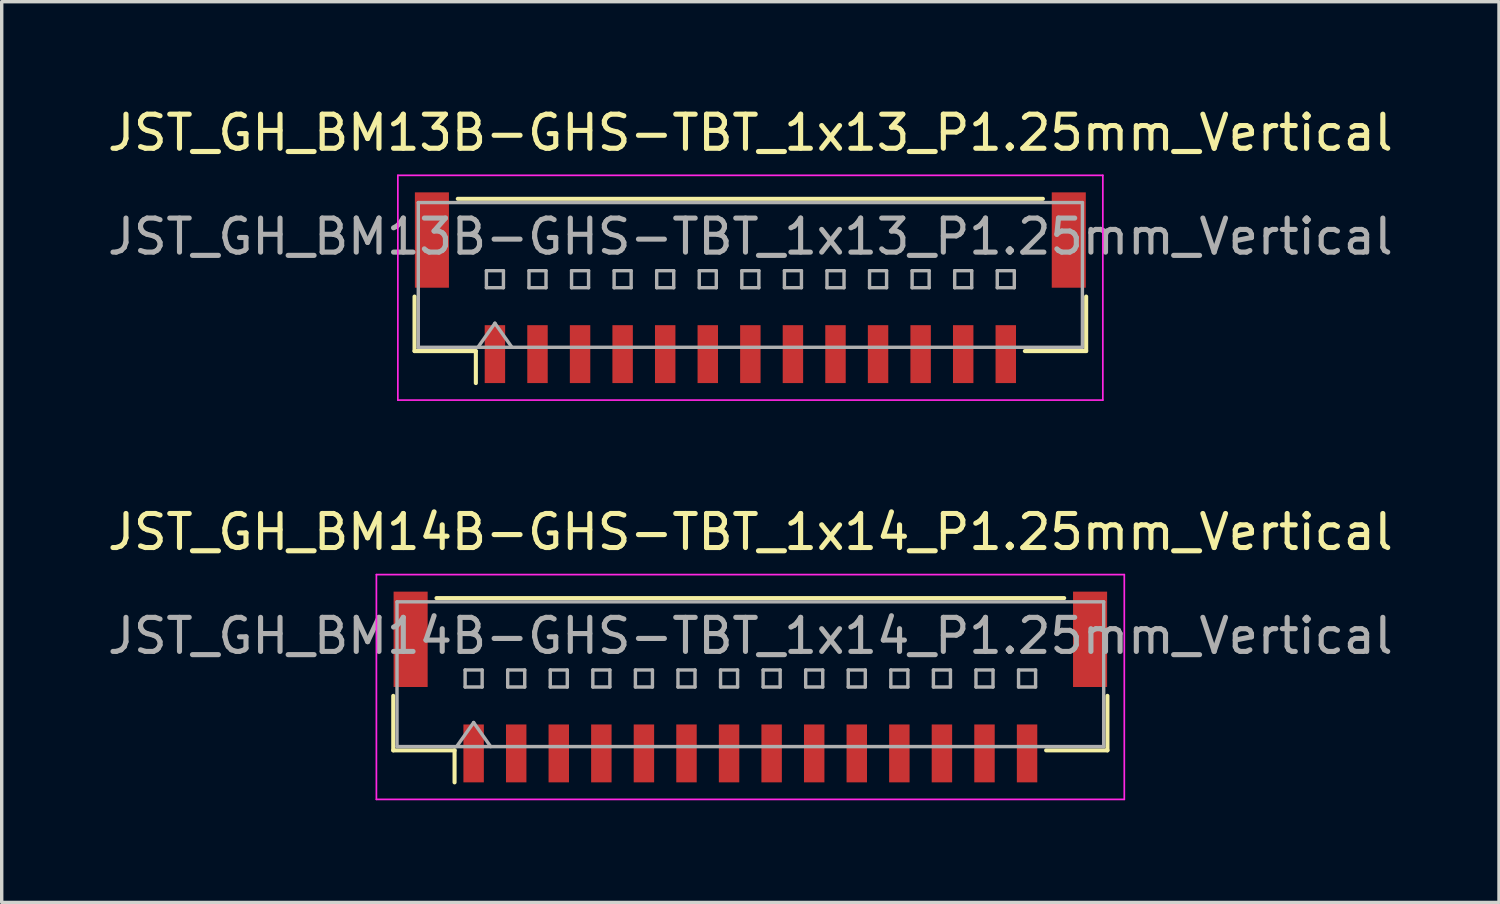
<source format=kicad_pcb>
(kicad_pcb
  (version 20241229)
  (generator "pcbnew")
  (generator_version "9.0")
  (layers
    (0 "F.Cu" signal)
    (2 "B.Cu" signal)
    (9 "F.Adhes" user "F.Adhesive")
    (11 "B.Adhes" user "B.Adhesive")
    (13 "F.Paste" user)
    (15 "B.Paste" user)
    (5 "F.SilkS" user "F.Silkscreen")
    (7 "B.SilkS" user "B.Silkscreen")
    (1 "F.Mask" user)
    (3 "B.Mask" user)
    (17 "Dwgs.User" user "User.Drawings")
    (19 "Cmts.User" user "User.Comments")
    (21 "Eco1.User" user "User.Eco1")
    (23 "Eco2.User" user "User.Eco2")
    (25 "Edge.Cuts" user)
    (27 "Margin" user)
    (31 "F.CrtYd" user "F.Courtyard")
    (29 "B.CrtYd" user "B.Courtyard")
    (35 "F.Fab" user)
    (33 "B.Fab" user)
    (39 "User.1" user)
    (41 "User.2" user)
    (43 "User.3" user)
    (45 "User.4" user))
  (footprint "JST_GH_BM14B-GHS-TBT_1x14_P1.25mm_Vertical"
    (layer "F.Cu")
    (at 18.982 17.122)
    (property "Reference" "JST_GH_BM14B-GHS-TBT_1x14_P1.25mm_Vertical" (at 0 -4.55 0) (layer "F.SilkS") (effects (font (size 1 1) (thickness 0.15))))
    (attr smd)
    (fp_line (start -10.485 0.26) (end -10.485 1.86) (stroke (width 0.12) (type solid)) (layer "F.SilkS"))
    (fp_line (start -10.485 1.86) (end -8.685 1.86) (stroke (width 0.12) (type solid)) (layer "F.SilkS"))
    (fp_line (start -9.215 -2.61) (end 9.215 -2.61) (stroke (width 0.12) (type solid)) (layer "F.SilkS"))
    (fp_line (start -8.685 1.86) (end -8.685 2.8) (stroke (width 0.12) (type solid)) (layer "F.SilkS"))
    (fp_line (start 10.485 0.26) (end 10.485 1.86) (stroke (width 0.12) (type solid)) (layer "F.SilkS"))
    (fp_line (start 10.485 1.86) (end 8.685 1.86) (stroke (width 0.12) (type solid)) (layer "F.SilkS"))
    (fp_line (start -10.98 -3.3) (end -10.98 3.3) (stroke (width 0.05) (type solid)) (layer "F.CrtYd"))
    (fp_line (start -10.98 3.3) (end 10.98 3.3) (stroke (width 0.05) (type solid)) (layer "F.CrtYd"))
    (fp_line (start 10.98 -3.3) (end -10.98 -3.3) (stroke (width 0.05) (type solid)) (layer "F.CrtYd"))
    (fp_line (start 10.98 3.3) (end 10.98 -3.3) (stroke (width 0.05) (type solid)) (layer "F.CrtYd"))
    (fp_line (start -10.375 -2.5) (end 10.375 -2.5) (stroke (width 0.1) (type solid)) (layer "F.Fab"))
    (fp_line (start -10.375 1.75) (end -10.375 -2.5) (stroke (width 0.1) (type solid)) (layer "F.Fab"))
    (fp_line (start -10.375 1.75) (end 10.375 1.75) (stroke (width 0.1) (type solid)) (layer "F.Fab"))
    (fp_line (start -8.625 1.75) (end -8.125 1.043) (stroke (width 0.1) (type solid)) (layer "F.Fab"))
    (fp_line (start -8.375 -0.5) (end -8.375 0) (stroke (width 0.1) (type solid)) (layer "F.Fab"))
    (fp_line (start -8.375 0) (end -7.875 0) (stroke (width 0.1) (type solid)) (layer "F.Fab"))
    (fp_line (start -8.125 1.043) (end -7.625 1.75) (stroke (width 0.1) (type solid)) (layer "F.Fab"))
    (fp_line (start -7.875 -0.5) (end -8.375 -0.5) (stroke (width 0.1) (type solid)) (layer "F.Fab"))
    (fp_line (start -7.875 0) (end -7.875 -0.5) (stroke (width 0.1) (type solid)) (layer "F.Fab"))
    (fp_line (start -7.125 -0.5) (end -7.125 0) (stroke (width 0.1) (type solid)) (layer "F.Fab"))
    (fp_line (start -7.125 0) (end -6.625 0) (stroke (width 0.1) (type solid)) (layer "F.Fab"))
    (fp_line (start -6.625 -0.5) (end -7.125 -0.5) (stroke (width 0.1) (type solid)) (layer "F.Fab"))
    (fp_line (start -6.625 0) (end -6.625 -0.5) (stroke (width 0.1) (type solid)) (layer "F.Fab"))
    (fp_line (start -5.875 -0.5) (end -5.875 0) (stroke (width 0.1) (type solid)) (layer "F.Fab"))
    (fp_line (start -5.875 0) (end -5.375 0) (stroke (width 0.1) (type solid)) (layer "F.Fab"))
    (fp_line (start -5.375 -0.5) (end -5.875 -0.5) (stroke (width 0.1) (type solid)) (layer "F.Fab"))
    (fp_line (start -5.375 0) (end -5.375 -0.5) (stroke (width 0.1) (type solid)) (layer "F.Fab"))
    (fp_line (start -4.625 -0.5) (end -4.625 0) (stroke (width 0.1) (type solid)) (layer "F.Fab"))
    (fp_line (start -4.625 0) (end -4.125 0) (stroke (width 0.1) (type solid)) (layer "F.Fab"))
    (fp_line (start -4.125 -0.5) (end -4.625 -0.5) (stroke (width 0.1) (type solid)) (layer "F.Fab"))
    (fp_line (start -4.125 0) (end -4.125 -0.5) (stroke (width 0.1) (type solid)) (layer "F.Fab"))
    (fp_line (start -3.375 -0.5) (end -3.375 0) (stroke (width 0.1) (type solid)) (layer "F.Fab"))
    (fp_line (start -3.375 0) (end -2.875 0) (stroke (width 0.1) (type solid)) (layer "F.Fab"))
    (fp_line (start -2.875 -0.5) (end -3.375 -0.5) (stroke (width 0.1) (type solid)) (layer "F.Fab"))
    (fp_line (start -2.875 0) (end -2.875 -0.5) (stroke (width 0.1) (type solid)) (layer "F.Fab"))
    (fp_line (start -2.125 -0.5) (end -2.125 0) (stroke (width 0.1) (type solid)) (layer "F.Fab"))
    (fp_line (start -2.125 0) (end -1.625 0) (stroke (width 0.1) (type solid)) (layer "F.Fab"))
    (fp_line (start -1.625 -0.5) (end -2.125 -0.5) (stroke (width 0.1) (type solid)) (layer "F.Fab"))
    (fp_line (start -1.625 0) (end -1.625 -0.5) (stroke (width 0.1) (type solid)) (layer "F.Fab"))
    (fp_line (start -0.875 -0.5) (end -0.875 0) (stroke (width 0.1) (type solid)) (layer "F.Fab"))
    (fp_line (start -0.875 0) (end -0.375 0) (stroke (width 0.1) (type solid)) (layer "F.Fab"))
    (fp_line (start -0.375 -0.5) (end -0.875 -0.5) (stroke (width 0.1) (type solid)) (layer "F.Fab"))
    (fp_line (start -0.375 0) (end -0.375 -0.5) (stroke (width 0.1) (type solid)) (layer "F.Fab"))
    (fp_line (start 0.375 -0.5) (end 0.375 0) (stroke (width 0.1) (type solid)) (layer "F.Fab"))
    (fp_line (start 0.375 0) (end 0.875 0) (stroke (width 0.1) (type solid)) (layer "F.Fab"))
    (fp_line (start 0.875 -0.5) (end 0.375 -0.5) (stroke (width 0.1) (type solid)) (layer "F.Fab"))
    (fp_line (start 0.875 0) (end 0.875 -0.5) (stroke (width 0.1) (type solid)) (layer "F.Fab"))
    (fp_line (start 1.625 -0.5) (end 1.625 0) (stroke (width 0.1) (type solid)) (layer "F.Fab"))
    (fp_line (start 1.625 0) (end 2.125 0) (stroke (width 0.1) (type solid)) (layer "F.Fab"))
    (fp_line (start 2.125 -0.5) (end 1.625 -0.5) (stroke (width 0.1) (type solid)) (layer "F.Fab"))
    (fp_line (start 2.125 0) (end 2.125 -0.5) (stroke (width 0.1) (type solid)) (layer "F.Fab"))
    (fp_line (start 2.875 -0.5) (end 2.875 0) (stroke (width 0.1) (type solid)) (layer "F.Fab"))
    (fp_line (start 2.875 0) (end 3.375 0) (stroke (width 0.1) (type solid)) (layer "F.Fab"))
    (fp_line (start 3.375 -0.5) (end 2.875 -0.5) (stroke (width 0.1) (type solid)) (layer "F.Fab"))
    (fp_line (start 3.375 0) (end 3.375 -0.5) (stroke (width 0.1) (type solid)) (layer "F.Fab"))
    (fp_line (start 4.125 -0.5) (end 4.125 0) (stroke (width 0.1) (type solid)) (layer "F.Fab"))
    (fp_line (start 4.125 0) (end 4.625 0) (stroke (width 0.1) (type solid)) (layer "F.Fab"))
    (fp_line (start 4.625 -0.5) (end 4.125 -0.5) (stroke (width 0.1) (type solid)) (layer "F.Fab"))
    (fp_line (start 4.625 0) (end 4.625 -0.5) (stroke (width 0.1) (type solid)) (layer "F.Fab"))
    (fp_line (start 5.375 -0.5) (end 5.375 0) (stroke (width 0.1) (type solid)) (layer "F.Fab"))
    (fp_line (start 5.375 0) (end 5.875 0) (stroke (width 0.1) (type solid)) (layer "F.Fab"))
    (fp_line (start 5.875 -0.5) (end 5.375 -0.5) (stroke (width 0.1) (type solid)) (layer "F.Fab"))
    (fp_line (start 5.875 0) (end 5.875 -0.5) (stroke (width 0.1) (type solid)) (layer "F.Fab"))
    (fp_line (start 6.625 -0.5) (end 6.625 0) (stroke (width 0.1) (type solid)) (layer "F.Fab"))
    (fp_line (start 6.625 0) (end 7.125 0) (stroke (width 0.1) (type solid)) (layer "F.Fab"))
    (fp_line (start 7.125 -0.5) (end 6.625 -0.5) (stroke (width 0.1) (type solid)) (layer "F.Fab"))
    (fp_line (start 7.125 0) (end 7.125 -0.5) (stroke (width 0.1) (type solid)) (layer "F.Fab"))
    (fp_line (start 7.875 -0.5) (end 7.875 0) (stroke (width 0.1) (type solid)) (layer "F.Fab"))
    (fp_line (start 7.875 0) (end 8.375 0) (stroke (width 0.1) (type solid)) (layer "F.Fab"))
    (fp_line (start 8.375 -0.5) (end 7.875 -0.5) (stroke (width 0.1) (type solid)) (layer "F.Fab"))
    (fp_line (start 8.375 0) (end 8.375 -0.5) (stroke (width 0.1) (type solid)) (layer "F.Fab"))
    (fp_line (start 10.375 1.75) (end 10.375 -2.5) (stroke (width 0.1) (type solid)) (layer "F.Fab"))
    (fp_text user "${REFERENCE}" (at 0 -1.5 0) (layer "F.Fab") (effects (font (size 1 1) (thickness 0.15))))
    (pad "" smd rect (at -9.975 -1.4) (size 1 2.8) (layers "F.Cu" "F.Mask" "F.Paste"))
    (pad "" smd rect (at 9.975 -1.4) (size 1 2.8) (layers "F.Cu" "F.Mask" "F.Paste"))
    (pad "1" smd rect (at -8.125 1.95) (size 0.6 1.7) (layers "F.Cu" "F.Mask" "F.Paste"))
    (pad "2" smd rect (at -6.875 1.95) (size 0.6 1.7) (layers "F.Cu" "F.Mask" "F.Paste"))
    (pad "3" smd rect (at -5.625 1.95) (size 0.6 1.7) (layers "F.Cu" "F.Mask" "F.Paste"))
    (pad "4" smd rect (at -4.375 1.95) (size 0.6 1.7) (layers "F.Cu" "F.Mask" "F.Paste"))
    (pad "5" smd rect (at -3.125 1.95) (size 0.6 1.7) (layers "F.Cu" "F.Mask" "F.Paste"))
    (pad "6" smd rect (at -1.875 1.95) (size 0.6 1.7) (layers "F.Cu" "F.Mask" "F.Paste"))
    (pad "7" smd rect (at -0.625 1.95) (size 0.6 1.7) (layers "F.Cu" "F.Mask" "F.Paste"))
    (pad "8" smd rect (at 0.625 1.95) (size 0.6 1.7) (layers "F.Cu" "F.Mask" "F.Paste"))
    (pad "9" smd rect (at 1.875 1.95) (size 0.6 1.7) (layers "F.Cu" "F.Mask" "F.Paste"))
    (pad "10" smd rect (at 3.125 1.95) (size 0.6 1.7) (layers "F.Cu" "F.Mask" "F.Paste"))
    (pad "11" smd rect (at 4.375 1.95) (size 0.6 1.7) (layers "F.Cu" "F.Mask" "F.Paste"))
    (pad "12" smd rect (at 5.625 1.95) (size 0.6 1.7) (layers "F.Cu" "F.Mask" "F.Paste"))
    (pad "13" smd rect (at 6.875 1.95) (size 0.6 1.7) (layers "F.Cu" "F.Mask" "F.Paste"))
    (pad "14" smd rect (at 8.125 1.95) (size 0.6 1.7) (layers "F.Cu" "F.Mask" "F.Paste")))
  (footprint "JST_GH_BM13B-GHS-TBT_1x13_P1.25mm_Vertical"
    (layer "F.Cu")
    (at 18.982 5.398)
    (property "Reference" "JST_GH_BM13B-GHS-TBT_1x13_P1.25mm_Vertical" (at 0 -4.55 0) (layer "F.SilkS") (effects (font (size 1 1) (thickness 0.15))))
    (attr smd)
    (fp_line (start -9.86 0.26) (end -9.86 1.86) (stroke (width 0.12) (type solid)) (layer "F.SilkS"))
    (fp_line (start -9.86 1.86) (end -8.06 1.86) (stroke (width 0.12) (type solid)) (layer "F.SilkS"))
    (fp_line (start -8.59 -2.61) (end 8.59 -2.61) (stroke (width 0.12) (type solid)) (layer "F.SilkS"))
    (fp_line (start -8.06 1.86) (end -8.06 2.8) (stroke (width 0.12) (type solid)) (layer "F.SilkS"))
    (fp_line (start 9.86 0.26) (end 9.86 1.86) (stroke (width 0.12) (type solid)) (layer "F.SilkS"))
    (fp_line (start 9.86 1.86) (end 8.06 1.86) (stroke (width 0.12) (type solid)) (layer "F.SilkS"))
    (fp_line (start -10.35 -3.3) (end -10.35 3.3) (stroke (width 0.05) (type solid)) (layer "F.CrtYd"))
    (fp_line (start -10.35 3.3) (end 10.35 3.3) (stroke (width 0.05) (type solid)) (layer "F.CrtYd"))
    (fp_line (start 10.35 -3.3) (end -10.35 -3.3) (stroke (width 0.05) (type solid)) (layer "F.CrtYd"))
    (fp_line (start 10.35 3.3) (end 10.35 -3.3) (stroke (width 0.05) (type solid)) (layer "F.CrtYd"))
    (fp_line (start -9.75 -2.5) (end 9.75 -2.5) (stroke (width 0.1) (type solid)) (layer "F.Fab"))
    (fp_line (start -9.75 1.75) (end -9.75 -2.5) (stroke (width 0.1) (type solid)) (layer "F.Fab"))
    (fp_line (start -9.75 1.75) (end 9.75 1.75) (stroke (width 0.1) (type solid)) (layer "F.Fab"))
    (fp_line (start -8 1.75) (end -7.5 1.043) (stroke (width 0.1) (type solid)) (layer "F.Fab"))
    (fp_line (start -7.75 -0.5) (end -7.75 0) (stroke (width 0.1) (type solid)) (layer "F.Fab"))
    (fp_line (start -7.75 0) (end -7.25 0) (stroke (width 0.1) (type solid)) (layer "F.Fab"))
    (fp_line (start -7.5 1.043) (end -7 1.75) (stroke (width 0.1) (type solid)) (layer "F.Fab"))
    (fp_line (start -7.25 -0.5) (end -7.75 -0.5) (stroke (width 0.1) (type solid)) (layer "F.Fab"))
    (fp_line (start -7.25 0) (end -7.25 -0.5) (stroke (width 0.1) (type solid)) (layer "F.Fab"))
    (fp_line (start -6.5 -0.5) (end -6.5 0) (stroke (width 0.1) (type solid)) (layer "F.Fab"))
    (fp_line (start -6.5 0) (end -6 0) (stroke (width 0.1) (type solid)) (layer "F.Fab"))
    (fp_line (start -6 -0.5) (end -6.5 -0.5) (stroke (width 0.1) (type solid)) (layer "F.Fab"))
    (fp_line (start -6 0) (end -6 -0.5) (stroke (width 0.1) (type solid)) (layer "F.Fab"))
    (fp_line (start -5.25 -0.5) (end -5.25 0) (stroke (width 0.1) (type solid)) (layer "F.Fab"))
    (fp_line (start -5.25 0) (end -4.75 0) (stroke (width 0.1) (type solid)) (layer "F.Fab"))
    (fp_line (start -4.75 -0.5) (end -5.25 -0.5) (stroke (width 0.1) (type solid)) (layer "F.Fab"))
    (fp_line (start -4.75 0) (end -4.75 -0.5) (stroke (width 0.1) (type solid)) (layer "F.Fab"))
    (fp_line (start -4 -0.5) (end -4 0) (stroke (width 0.1) (type solid)) (layer "F.Fab"))
    (fp_line (start -4 0) (end -3.5 0) (stroke (width 0.1) (type solid)) (layer "F.Fab"))
    (fp_line (start -3.5 -0.5) (end -4 -0.5) (stroke (width 0.1) (type solid)) (layer "F.Fab"))
    (fp_line (start -3.5 0) (end -3.5 -0.5) (stroke (width 0.1) (type solid)) (layer "F.Fab"))
    (fp_line (start -2.75 -0.5) (end -2.75 0) (stroke (width 0.1) (type solid)) (layer "F.Fab"))
    (fp_line (start -2.75 0) (end -2.25 0) (stroke (width 0.1) (type solid)) (layer "F.Fab"))
    (fp_line (start -2.25 -0.5) (end -2.75 -0.5) (stroke (width 0.1) (type solid)) (layer "F.Fab"))
    (fp_line (start -2.25 0) (end -2.25 -0.5) (stroke (width 0.1) (type solid)) (layer "F.Fab"))
    (fp_line (start -1.5 -0.5) (end -1.5 0) (stroke (width 0.1) (type solid)) (layer "F.Fab"))
    (fp_line (start -1.5 0) (end -1 0) (stroke (width 0.1) (type solid)) (layer "F.Fab"))
    (fp_line (start -1 -0.5) (end -1.5 -0.5) (stroke (width 0.1) (type solid)) (layer "F.Fab"))
    (fp_line (start -1 0) (end -1 -0.5) (stroke (width 0.1) (type solid)) (layer "F.Fab"))
    (fp_line (start -0.25 -0.5) (end -0.25 0) (stroke (width 0.1) (type solid)) (layer "F.Fab"))
    (fp_line (start -0.25 0) (end 0.25 0) (stroke (width 0.1) (type solid)) (layer "F.Fab"))
    (fp_line (start 0.25 -0.5) (end -0.25 -0.5) (stroke (width 0.1) (type solid)) (layer "F.Fab"))
    (fp_line (start 0.25 0) (end 0.25 -0.5) (stroke (width 0.1) (type solid)) (layer "F.Fab"))
    (fp_line (start 1 -0.5) (end 1 0) (stroke (width 0.1) (type solid)) (layer "F.Fab"))
    (fp_line (start 1 0) (end 1.5 0) (stroke (width 0.1) (type solid)) (layer "F.Fab"))
    (fp_line (start 1.5 -0.5) (end 1 -0.5) (stroke (width 0.1) (type solid)) (layer "F.Fab"))
    (fp_line (start 1.5 0) (end 1.5 -0.5) (stroke (width 0.1) (type solid)) (layer "F.Fab"))
    (fp_line (start 2.25 -0.5) (end 2.25 0) (stroke (width 0.1) (type solid)) (layer "F.Fab"))
    (fp_line (start 2.25 0) (end 2.75 0) (stroke (width 0.1) (type solid)) (layer "F.Fab"))
    (fp_line (start 2.75 -0.5) (end 2.25 -0.5) (stroke (width 0.1) (type solid)) (layer "F.Fab"))
    (fp_line (start 2.75 0) (end 2.75 -0.5) (stroke (width 0.1) (type solid)) (layer "F.Fab"))
    (fp_line (start 3.5 -0.5) (end 3.5 0) (stroke (width 0.1) (type solid)) (layer "F.Fab"))
    (fp_line (start 3.5 0) (end 4 0) (stroke (width 0.1) (type solid)) (layer "F.Fab"))
    (fp_line (start 4 -0.5) (end 3.5 -0.5) (stroke (width 0.1) (type solid)) (layer "F.Fab"))
    (fp_line (start 4 0) (end 4 -0.5) (stroke (width 0.1) (type solid)) (layer "F.Fab"))
    (fp_line (start 4.75 -0.5) (end 4.75 0) (stroke (width 0.1) (type solid)) (layer "F.Fab"))
    (fp_line (start 4.75 0) (end 5.25 0) (stroke (width 0.1) (type solid)) (layer "F.Fab"))
    (fp_line (start 5.25 -0.5) (end 4.75 -0.5) (stroke (width 0.1) (type solid)) (layer "F.Fab"))
    (fp_line (start 5.25 0) (end 5.25 -0.5) (stroke (width 0.1) (type solid)) (layer "F.Fab"))
    (fp_line (start 6 -0.5) (end 6 0) (stroke (width 0.1) (type solid)) (layer "F.Fab"))
    (fp_line (start 6 0) (end 6.5 0) (stroke (width 0.1) (type solid)) (layer "F.Fab"))
    (fp_line (start 6.5 -0.5) (end 6 -0.5) (stroke (width 0.1) (type solid)) (layer "F.Fab"))
    (fp_line (start 6.5 0) (end 6.5 -0.5) (stroke (width 0.1) (type solid)) (layer "F.Fab"))
    (fp_line (start 7.25 -0.5) (end 7.25 0) (stroke (width 0.1) (type solid)) (layer "F.Fab"))
    (fp_line (start 7.25 0) (end 7.75 0) (stroke (width 0.1) (type solid)) (layer "F.Fab"))
    (fp_line (start 7.75 -0.5) (end 7.25 -0.5) (stroke (width 0.1) (type solid)) (layer "F.Fab"))
    (fp_line (start 7.75 0) (end 7.75 -0.5) (stroke (width 0.1) (type solid)) (layer "F.Fab"))
    (fp_line (start 9.75 1.75) (end 9.75 -2.5) (stroke (width 0.1) (type solid)) (layer "F.Fab"))
    (fp_text user "${REFERENCE}" (at 0 -1.5 0) (layer "F.Fab") (effects (font (size 1 1) (thickness 0.15))))
    (pad "" smd rect (at -9.35 -1.4) (size 1 2.8) (layers "F.Cu" "F.Mask" "F.Paste"))
    (pad "" smd rect (at 9.35 -1.4) (size 1 2.8) (layers "F.Cu" "F.Mask" "F.Paste"))
    (pad "1" smd rect (at -7.5 1.95) (size 0.6 1.7) (layers "F.Cu" "F.Mask" "F.Paste"))
    (pad "2" smd rect (at -6.25 1.95) (size 0.6 1.7) (layers "F.Cu" "F.Mask" "F.Paste"))
    (pad "3" smd rect (at -5 1.95) (size 0.6 1.7) (layers "F.Cu" "F.Mask" "F.Paste"))
    (pad "4" smd rect (at -3.75 1.95) (size 0.6 1.7) (layers "F.Cu" "F.Mask" "F.Paste"))
    (pad "5" smd rect (at -2.5 1.95) (size 0.6 1.7) (layers "F.Cu" "F.Mask" "F.Paste"))
    (pad "6" smd rect (at -1.25 1.95) (size 0.6 1.7) (layers "F.Cu" "F.Mask" "F.Paste"))
    (pad "7" smd rect (at 0 1.95) (size 0.6 1.7) (layers "F.Cu" "F.Mask" "F.Paste"))
    (pad "8" smd rect (at 1.25 1.95) (size 0.6 1.7) (layers "F.Cu" "F.Mask" "F.Paste"))
    (pad "9" smd rect (at 2.5 1.95) (size 0.6 1.7) (layers "F.Cu" "F.Mask" "F.Paste"))
    (pad "10" smd rect (at 3.75 1.95) (size 0.6 1.7) (layers "F.Cu" "F.Mask" "F.Paste"))
    (pad "11" smd rect (at 5 1.95) (size 0.6 1.7) (layers "F.Cu" "F.Mask" "F.Paste"))
    (pad "12" smd rect (at 6.25 1.95) (size 0.6 1.7) (layers "F.Cu" "F.Mask" "F.Paste"))
    (pad "13" smd rect (at 7.5 1.95) (size 0.6 1.7) (layers "F.Cu" "F.Mask" "F.Paste")))
  (gr_rect
    (start -3 -3)
    (end 40.964 23.447)
    (stroke (width 0.1) (type default))
    (fill no)
    (layer "Edge.Cuts")))
</source>
